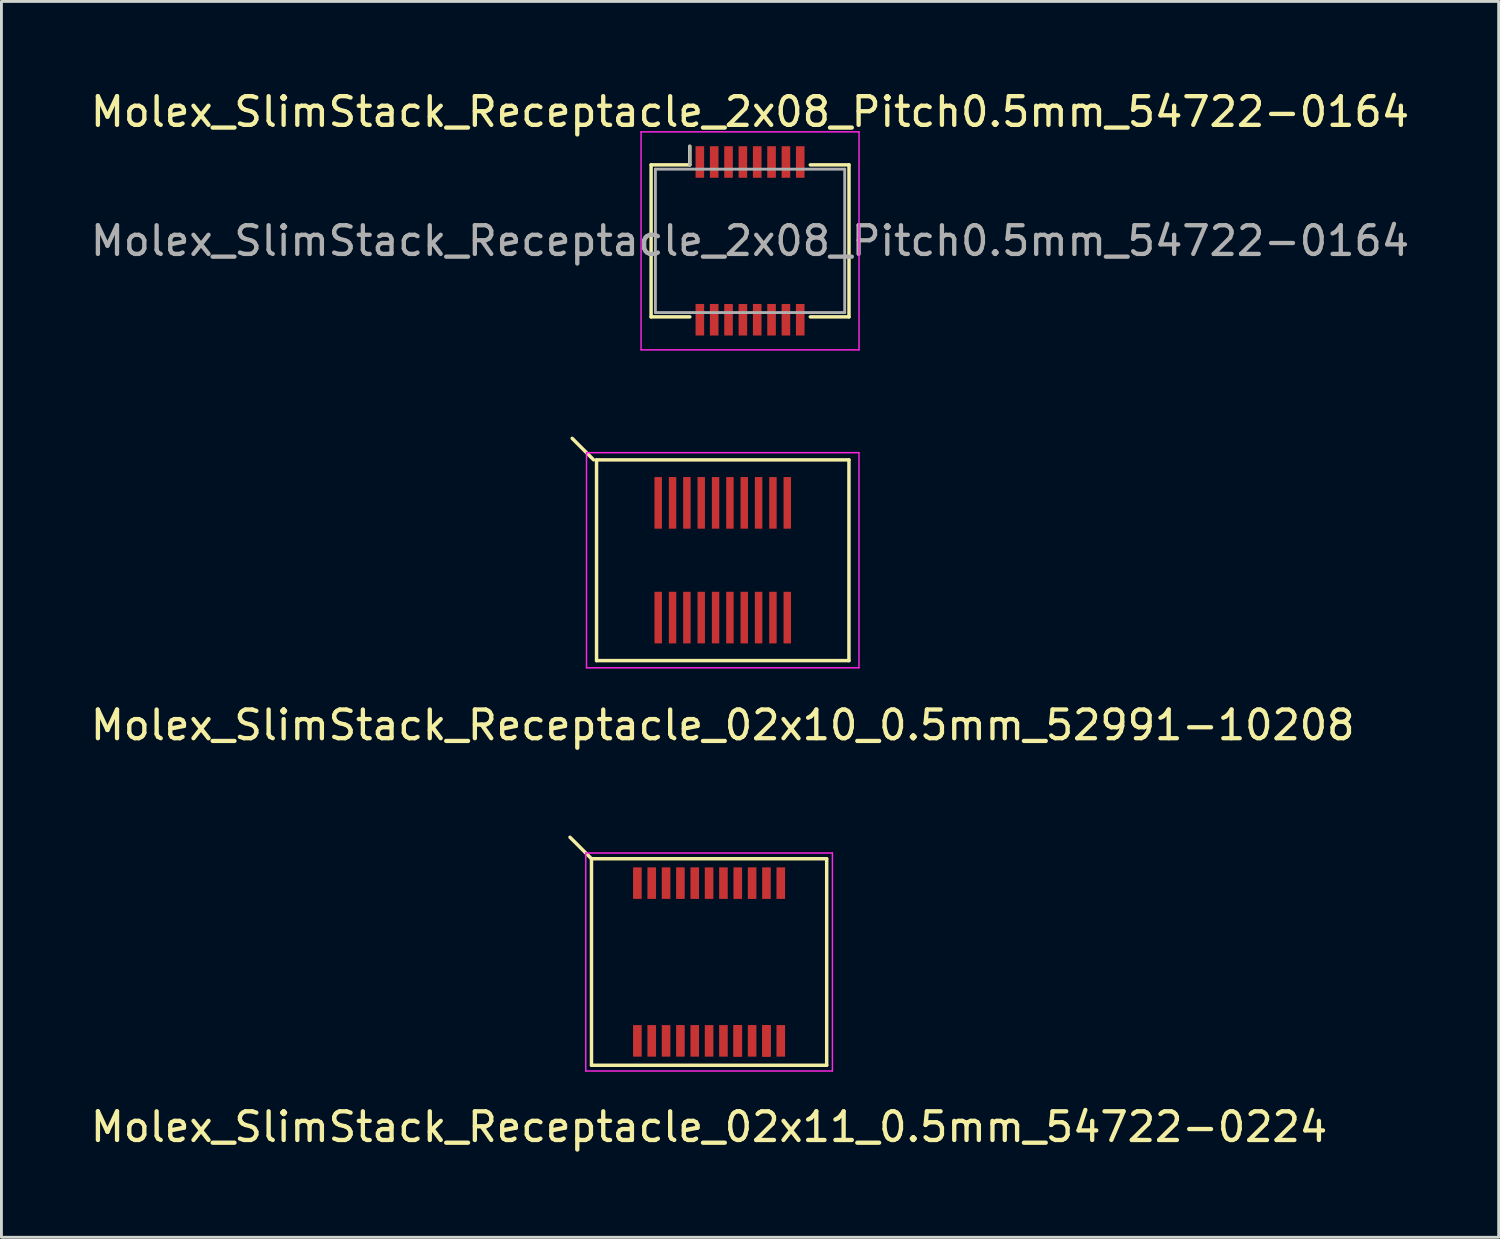
<source format=kicad_pcb>
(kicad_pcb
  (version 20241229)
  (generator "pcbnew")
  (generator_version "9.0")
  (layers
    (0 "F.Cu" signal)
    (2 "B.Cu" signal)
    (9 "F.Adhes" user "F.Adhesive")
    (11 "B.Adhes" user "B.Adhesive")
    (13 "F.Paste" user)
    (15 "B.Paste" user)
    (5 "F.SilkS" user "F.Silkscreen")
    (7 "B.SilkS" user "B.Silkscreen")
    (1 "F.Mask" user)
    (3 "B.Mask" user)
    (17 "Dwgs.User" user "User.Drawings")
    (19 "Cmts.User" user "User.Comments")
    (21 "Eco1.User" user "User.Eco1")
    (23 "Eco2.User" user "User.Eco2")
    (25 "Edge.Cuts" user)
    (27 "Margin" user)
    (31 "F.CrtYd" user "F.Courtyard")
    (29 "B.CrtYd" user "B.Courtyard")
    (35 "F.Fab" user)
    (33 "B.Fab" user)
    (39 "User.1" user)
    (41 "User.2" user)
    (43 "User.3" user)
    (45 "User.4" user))
  (footprint "Molex_SlimStack_Receptacle_2x08_Pitch0.5mm_54722-0164"
    (layer "F.Cu")
    (at 23.101 5.348)
    (property "Reference" "Molex_SlimStack_Receptacle_2x08_Pitch0.5mm_54722-0164" (at 0 -4.5 0) (layer "F.SilkS") (effects (font (size 1 1) (thickness 0.15))))
    (attr smd)
    (fp_line (start -3.45 -2.65) (end -2.1 -2.65) (stroke (width 0.12) (type solid)) (layer "F.SilkS"))
    (fp_line (start -3.45 2.65) (end -3.45 -2.65) (stroke (width 0.12) (type solid)) (layer "F.SilkS"))
    (fp_line (start -2.1 -2.65) (end -2.1 -3.3) (stroke (width 0.12) (type solid)) (layer "F.SilkS"))
    (fp_line (start -2.1 2.65) (end -3.45 2.65) (stroke (width 0.12) (type solid)) (layer "F.SilkS"))
    (fp_line (start 2.1 2.65) (end 3.45 2.65) (stroke (width 0.12) (type solid)) (layer "F.SilkS"))
    (fp_line (start 3.45 -2.65) (end 2.1 -2.65) (stroke (width 0.12) (type solid)) (layer "F.SilkS"))
    (fp_line (start 3.45 2.65) (end 3.45 -2.65) (stroke (width 0.12) (type solid)) (layer "F.SilkS"))
    (fp_line (start -3.8 -3.8) (end -3.8 3.8) (stroke (width 0.05) (type solid)) (layer "F.CrtYd"))
    (fp_line (start -3.8 3.8) (end 3.8 3.8) (stroke (width 0.05) (type solid)) (layer "F.CrtYd"))
    (fp_line (start 3.8 -3.8) (end -3.8 -3.8) (stroke (width 0.05) (type solid)) (layer "F.CrtYd"))
    (fp_line (start 3.8 3.8) (end 3.8 -3.8) (stroke (width 0.05) (type solid)) (layer "F.CrtYd"))
    (fp_line (start -3.3 -2.5) (end -3.3 2.5) (stroke (width 0.1) (type solid)) (layer "F.Fab"))
    (fp_line (start -3.3 2.5) (end 3.3 2.5) (stroke (width 0.1) (type solid)) (layer "F.Fab"))
    (fp_line (start -2.1 -2.65) (end -2.1 -3.3) (stroke (width 0.1) (type solid)) (layer "F.Fab"))
    (fp_line (start 3.3 -2.5) (end -3.3 -2.5) (stroke (width 0.1) (type solid)) (layer "F.Fab"))
    (fp_line (start 3.3 2.5) (end 3.3 -2.5) (stroke (width 0.1) (type solid)) (layer "F.Fab"))
    (fp_text user "${REFERENCE}" (at 0 0 0) (layer "F.Fab") (effects (font (size 1 1) (thickness 0.15))))
    (pad "1" smd rect (at -1.75 -2.75) (size 0.3 1.1) (layers "F.Cu" "F.Mask" "F.Paste"))
    (pad "2" smd rect (at -1.75 2.75) (size 0.3 1.1) (layers "F.Cu" "F.Mask" "F.Paste"))
    (pad "3" smd rect (at -1.25 -2.75) (size 0.3 1.1) (layers "F.Cu" "F.Mask" "F.Paste"))
    (pad "4" smd rect (at -1.25 2.75) (size 0.3 1.1) (layers "F.Cu" "F.Mask" "F.Paste"))
    (pad "5" smd rect (at -0.75 -2.75) (size 0.3 1.1) (layers "F.Cu" "F.Mask" "F.Paste"))
    (pad "6" smd rect (at -0.75 2.75) (size 0.3 1.1) (layers "F.Cu" "F.Mask" "F.Paste"))
    (pad "7" smd rect (at -0.25 -2.75) (size 0.3 1.1) (layers "F.Cu" "F.Mask" "F.Paste"))
    (pad "8" smd rect (at -0.25 2.75) (size 0.3 1.1) (layers "F.Cu" "F.Mask" "F.Paste"))
    (pad "9" smd rect (at 0.25 -2.75) (size 0.3 1.1) (layers "F.Cu" "F.Mask" "F.Paste"))
    (pad "10" smd rect (at 0.25 2.75) (size 0.3 1.1) (layers "F.Cu" "F.Mask" "F.Paste"))
    (pad "11" smd rect (at 0.75 -2.75) (size 0.3 1.1) (layers "F.Cu" "F.Mask" "F.Paste"))
    (pad "12" smd rect (at 0.75 2.75) (size 0.3 1.1) (layers "F.Cu" "F.Mask" "F.Paste"))
    (pad "13" smd rect (at 1.25 -2.75) (size 0.3 1.1) (layers "F.Cu" "F.Mask" "F.Paste"))
    (pad "14" smd rect (at 1.25 2.75) (size 0.3 1.1) (layers "F.Cu" "F.Mask" "F.Paste"))
    (pad "15" smd rect (at 1.75 -2.75) (size 0.3 1.1) (layers "F.Cu" "F.Mask" "F.Paste"))
    (pad "16" smd rect (at 1.75 2.75) (size 0.3 1.1) (layers "F.Cu" "F.Mask" "F.Paste")))
  (footprint "Molex_SlimStack_Receptacle_02x11_0.5mm_54722-0224"
    (layer "F.Cu")
    (at 21.673 30.491)
    (property "Reference" "Molex_SlimStack_Receptacle_02x11_0.5mm_54722-0224" (at 0 5.75 0) (layer "F.SilkS") (effects (font (size 1 1) (thickness 0.15))))
    (attr smd)
    (fp_line (start -4.1 -3.6) (end -4.85 -4.35) (stroke (width 0.12) (type solid)) (layer "F.SilkS"))
    (fp_line (start -4.1 -3.6) (end -4.1 3.6) (stroke (width 0.12) (type solid)) (layer "F.SilkS"))
    (fp_line (start -4.1 3.6) (end 4.1 3.6) (stroke (width 0.12) (type solid)) (layer "F.SilkS"))
    (fp_line (start 4.1 -3.6) (end -4.1 -3.6) (stroke (width 0.12) (type solid)) (layer "F.SilkS"))
    (fp_line (start 4.1 3.6) (end 4.1 -3.6) (stroke (width 0.12) (type solid)) (layer "F.SilkS"))
    (fp_line (start -4.3 -3.8) (end -4.3 3.8) (stroke (width 0.05) (type solid)) (layer "F.CrtYd"))
    (fp_line (start -4.3 3.8) (end 4.3 3.8) (stroke (width 0.05) (type solid)) (layer "F.CrtYd"))
    (fp_line (start 4.3 -3.8) (end -4.3 -3.8) (stroke (width 0.05) (type solid)) (layer "F.CrtYd"))
    (fp_line (start 4.3 3.8) (end 4.3 -3.8) (stroke (width 0.05) (type solid)) (layer "F.CrtYd"))
    (pad "1" smd rect (at -2.5 -2.75) (size 0.3 1.1) (layers "F.Cu" "F.Mask" "F.Paste"))
    (pad "2" smd rect (at -2.5 2.75) (size 0.3 1.1) (layers "F.Cu" "F.Mask" "F.Paste"))
    (pad "3" smd rect (at -2 -2.75) (size 0.3 1.1) (layers "F.Cu" "F.Mask" "F.Paste"))
    (pad "4" smd rect (at -2 2.75) (size 0.3 1.1) (layers "F.Cu" "F.Mask" "F.Paste"))
    (pad "5" smd rect (at -1.5 -2.75) (size 0.3 1.1) (layers "F.Cu" "F.Mask" "F.Paste"))
    (pad "6" smd rect (at -1.5 2.75) (size 0.3 1.1) (layers "F.Cu" "F.Mask" "F.Paste"))
    (pad "7" smd rect (at -1 -2.75) (size 0.3 1.1) (layers "F.Cu" "F.Mask" "F.Paste"))
    (pad "8" smd rect (at -1 2.75) (size 0.3 1.1) (layers "F.Cu" "F.Mask" "F.Paste"))
    (pad "9" smd rect (at -0.5 -2.75) (size 0.3 1.1) (layers "F.Cu" "F.Mask" "F.Paste"))
    (pad "10" smd rect (at -0.5 2.75) (size 0.3 1.1) (layers "F.Cu" "F.Mask" "F.Paste"))
    (pad "11" smd rect (at 0 -2.75) (size 0.3 1.1) (layers "F.Cu" "F.Mask" "F.Paste"))
    (pad "12" smd rect (at 0 2.75) (size 0.3 1.1) (layers "F.Cu" "F.Mask" "F.Paste"))
    (pad "13" smd rect (at 0.5 -2.75) (size 0.3 1.1) (layers "F.Cu" "F.Mask" "F.Paste"))
    (pad "14" smd rect (at 0.5 2.75) (size 0.3 1.1) (layers "F.Cu" "F.Mask" "F.Paste"))
    (pad "15" smd rect (at 1 -2.75) (size 0.3 1.1) (layers "F.Cu" "F.Mask" "F.Paste"))
    (pad "16" smd rect (at 1 2.75) (size 0.3 1.1) (layers "F.Cu" "F.Mask" "F.Paste"))
    (pad "16" smd rect (at 1 2.75) (size 0.3 1.1) (layers "F.Cu" "F.Mask" "F.Paste"))
    (pad "17" smd rect (at 1.5 -2.75) (size 0.3 1.1) (layers "F.Cu" "F.Mask" "F.Paste"))
    (pad "18" smd rect (at 1.5 2.75) (size 0.3 1.1) (layers "F.Cu" "F.Mask" "F.Paste"))
    (pad "19" smd rect (at 2 -2.75) (size 0.3 1.1) (layers "F.Cu" "F.Mask" "F.Paste"))
    (pad "20" smd rect (at 2 2.75) (size 0.3 1.1) (layers "F.Cu" "F.Mask" "F.Paste"))
    (pad "20" smd rect (at 2 2.75) (size 0.3 1.1) (layers "F.Cu" "F.Mask" "F.Paste"))
    (pad "21" smd rect (at 2.5 -2.75) (size 0.3 1.1) (layers "F.Cu" "F.Mask" "F.Paste"))
    (pad "22" smd rect (at 2.5 2.75) (size 0.3 1.1) (layers "F.Cu" "F.Mask" "F.Paste")))
  (footprint "Molex_SlimStack_Receptacle_02x10_0.5mm_52991-10208"
    (layer "F.Cu")
    (at 22.149 16.483)
    (property "Reference" "Molex_SlimStack_Receptacle_02x10_0.5mm_52991-10208" (at 0 5.75 0) (layer "F.SilkS") (effects (font (size 1 1) (thickness 0.15))))
    (attr smd)
    (fp_line (start -4.5 -3.5) (end -5.25 -4.25) (stroke (width 0.12) (type solid)) (layer "F.SilkS"))
    (fp_line (start -4.4 -3.5) (end -4.4 3.5) (stroke (width 0.12) (type solid)) (layer "F.SilkS"))
    (fp_line (start -4.4 3.5) (end 4.4 3.5) (stroke (width 0.12) (type solid)) (layer "F.SilkS"))
    (fp_line (start 4.4 -3.5) (end -4.4 -3.5) (stroke (width 0.12) (type solid)) (layer "F.SilkS"))
    (fp_line (start 4.4 3.5) (end 4.4 -3.5) (stroke (width 0.12) (type solid)) (layer "F.SilkS"))
    (fp_line (start -4.75 -3.75) (end -4.75 3.75) (stroke (width 0.05) (type solid)) (layer "F.CrtYd"))
    (fp_line (start -4.75 3.75) (end 4.75 3.75) (stroke (width 0.05) (type solid)) (layer "F.CrtYd"))
    (fp_line (start 4.75 -3.75) (end -4.75 -3.75) (stroke (width 0.05) (type solid)) (layer "F.CrtYd"))
    (fp_line (start 4.75 3.75) (end 4.75 -3.75) (stroke (width 0.05) (type solid)) (layer "F.CrtYd"))
    (pad "1" smd rect (at -2.25 -2) (size 0.26 1.8) (layers "F.Cu" "F.Mask" "F.Paste"))
    (pad "2" smd rect (at -2.25 2) (size 0.26 1.8) (layers "F.Cu" "F.Mask" "F.Paste"))
    (pad "3" smd rect (at -1.75 -2) (size 0.26 1.8) (layers "F.Cu" "F.Mask" "F.Paste"))
    (pad "4" smd rect (at -1.75 2) (size 0.26 1.8) (layers "F.Cu" "F.Mask" "F.Paste"))
    (pad "5" smd rect (at -1.25 -2) (size 0.26 1.8) (layers "F.Cu" "F.Mask" "F.Paste"))
    (pad "6" smd rect (at -1.25 2) (size 0.26 1.8) (layers "F.Cu" "F.Mask" "F.Paste"))
    (pad "7" smd rect (at -0.75 -2) (size 0.26 1.8) (layers "F.Cu" "F.Mask" "F.Paste"))
    (pad "8" smd rect (at -0.75 2) (size 0.26 1.8) (layers "F.Cu" "F.Mask" "F.Paste"))
    (pad "9" smd rect (at -0.25 -2) (size 0.26 1.8) (layers "F.Cu" "F.Mask" "F.Paste"))
    (pad "10" smd rect (at -0.25 2) (size 0.26 1.8) (layers "F.Cu" "F.Mask" "F.Paste"))
    (pad "11" smd rect (at 0.25 -2) (size 0.26 1.8) (layers "F.Cu" "F.Mask" "F.Paste"))
    (pad "12" smd rect (at 0.25 2) (size 0.26 1.8) (layers "F.Cu" "F.Mask" "F.Paste"))
    (pad "13" smd rect (at 0.75 -2) (size 0.26 1.8) (layers "F.Cu" "F.Mask" "F.Paste"))
    (pad "14" smd rect (at 0.75 2) (size 0.26 1.8) (layers "F.Cu" "F.Mask" "F.Paste"))
    (pad "15" smd rect (at 1.25 -2) (size 0.26 1.8) (layers "F.Cu" "F.Mask" "F.Paste"))
    (pad "16" smd rect (at 1.25 2) (size 0.26 1.8) (layers "F.Cu" "F.Mask" "F.Paste"))
    (pad "17" smd rect (at 1.75 -2) (size 0.26 1.8) (layers "F.Cu" "F.Mask" "F.Paste"))
    (pad "18" smd rect (at 1.75 2) (size 0.26 1.8) (layers "F.Cu" "F.Mask" "F.Paste"))
    (pad "19" smd rect (at 2.25 -2) (size 0.26 1.8) (layers "F.Cu" "F.Mask" "F.Paste"))
    (pad "20" smd rect (at 2.25 2) (size 0.26 1.8) (layers "F.Cu" "F.Mask" "F.Paste")))
  (gr_rect
    (start -3 -3)
    (end 49.202 40.09)
    (stroke (width 0.1) (type default))
    (fill no)
    (layer "Edge.Cuts")))
</source>
